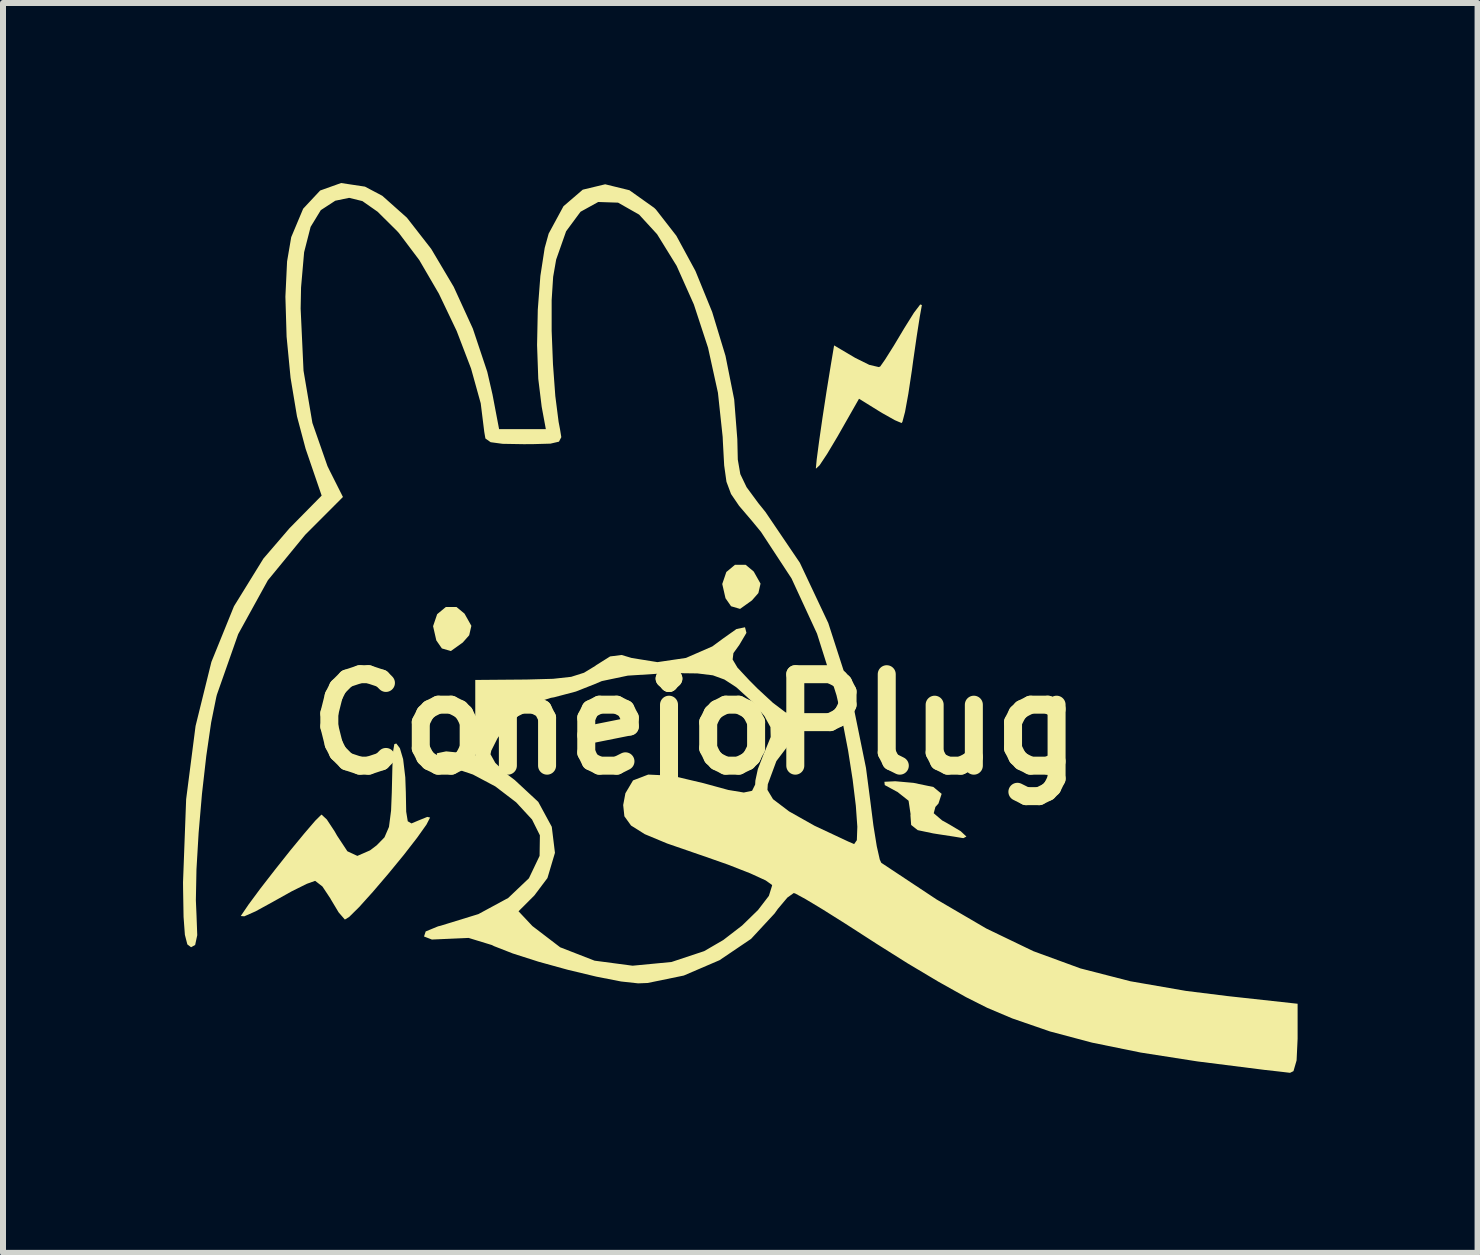
<source format=kicad_pcb>
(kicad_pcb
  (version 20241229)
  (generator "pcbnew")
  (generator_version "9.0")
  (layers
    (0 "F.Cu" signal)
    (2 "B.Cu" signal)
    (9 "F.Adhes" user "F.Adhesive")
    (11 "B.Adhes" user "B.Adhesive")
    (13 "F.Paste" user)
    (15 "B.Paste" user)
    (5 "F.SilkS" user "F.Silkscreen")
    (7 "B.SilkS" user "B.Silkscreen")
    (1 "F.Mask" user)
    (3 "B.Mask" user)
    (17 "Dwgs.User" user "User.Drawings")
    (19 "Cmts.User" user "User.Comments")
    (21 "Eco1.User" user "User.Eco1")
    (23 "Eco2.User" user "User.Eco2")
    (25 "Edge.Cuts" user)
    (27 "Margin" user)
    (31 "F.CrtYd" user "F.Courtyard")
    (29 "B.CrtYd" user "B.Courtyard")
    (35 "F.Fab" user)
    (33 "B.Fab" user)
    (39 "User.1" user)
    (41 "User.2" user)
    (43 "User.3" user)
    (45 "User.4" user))
  (footprint "ConejoPlug"
    (layer "F.Cu")
    (at 8.534 9.02)
    (property "Reference" "ConejoPlug" (at 0 0 0) (layer "F.SilkS") (effects (font (size 1.524 1.524) (thickness 0.3))))
    (attr board_only exclude_from_pos_files exclude_from_bom)
    (fp_poly (pts (xy -3.977 -1.955) (xy -3.843 -1.844) (xy -3.729 -1.641) (xy -3.765 -1.484) (xy -3.872 -1.363) (xy -4.07 -1.221) (xy -4.22 -1.264) (xy -4.313 -1.398) (xy -4.367 -1.635) (xy -4.299 -1.835) (xy -4.154 -1.955)) (stroke (width 0) (type solid)) (fill yes) (layer "F.SilkS"))
    (fp_poly (pts (xy 0.842 -2.658) (xy 0.976 -2.546) (xy 1.09 -2.344) (xy 1.054 -2.187) (xy 0.947 -2.065) (xy 0.749 -1.923) (xy 0.599 -1.967) (xy 0.506 -2.101) (xy 0.452 -2.338) (xy 0.52 -2.538) (xy 0.664 -2.658)) (stroke (width 0) (type solid)) (fill yes) (layer "F.SilkS"))
    (fp_poly (pts (xy 3.639 0.976) (xy 3.97 1.045) (xy 4.108 1.159) (xy 4.055 1.32) (xy 4.004 1.377) (xy 3.976 1.482) (xy 4.116 1.602) (xy 4.205 1.651) (xy 4.425 1.781) (xy 4.521 1.871) (xy 4.47 1.897) (xy 4.442 1.893) (xy 4.303 1.87) (xy 4.048 1.831) (xy 3.966 1.818) (xy 3.709 1.764) (xy 3.6 1.678) (xy 3.588 1.517) (xy 3.59 1.497) (xy 3.557 1.274) (xy 3.37 1.126) (xy 3.351 1.117) (xy 3.16 1.013) (xy 3.154 0.958) (xy 3.336 0.949)) (stroke (width 0) (type solid)) (fill yes) (layer "F.SilkS"))
    (fp_poly (pts (xy 3.779 -6.987) (xy 3.777 -6.977) (xy 3.743 -6.789) (xy 3.692 -6.462) (xy 3.633 -6.054) (xy 3.612 -5.898) (xy 3.553 -5.508) (xy 3.498 -5.206) (xy 3.454 -5.039) (xy 3.44 -5.02) (xy 3.328 -5.068) (xy 3.118 -5.186) (xy 3.059 -5.222) (xy 2.731 -5.425) (xy 2.373 -4.796) (xy 2.2 -4.506) (xy 2.073 -4.315) (xy 2.014 -4.261) (xy 2.012 -4.267) (xy 2.026 -4.414) (xy 2.065 -4.71) (xy 2.122 -5.106) (xy 2.19 -5.55) (xy 2.262 -5.993) (xy 2.316 -6.314) (xy 2.668 -6.106) (xy 2.902 -5.99) (xy 3.06 -5.953) (xy 3.084 -5.962) (xy 3.164 -6.076) (xy 3.312 -6.311) (xy 3.486 -6.602) (xy 3.646 -6.858) (xy 3.751 -6.996)) (stroke (width 0) (type solid)) (fill yes) (layer "F.SilkS"))
    (fp_poly (pts (xy -4.928 0.388) (xy -4.919 0.402) (xy -4.866 0.581) (xy -4.83 0.884) (xy -4.821 1.133) (xy -4.815 1.456) (xy -4.789 1.616) (xy -4.727 1.652) (xy -4.618 1.606) (xy -4.463 1.543) (xy -4.417 1.554) (xy -4.477 1.671) (xy -4.634 1.892) (xy -4.856 2.178) (xy -5.113 2.491) (xy -5.371 2.793) (xy -5.599 3.046) (xy -5.766 3.211) (xy -5.837 3.254) (xy -5.941 3.134) (xy -6.071 2.917) (xy -6.077 2.905) (xy -6.211 2.703) (xy -6.329 2.611) (xy -6.336 2.61) (xy -6.47 2.658) (xy -6.722 2.783) (xy -7.037 2.959) (xy -7.042 2.962) (xy -7.325 3.117) (xy -7.513 3.2) (xy -7.571 3.195) (xy -7.567 3.188) (xy -7.443 3.005) (xy -7.244 2.736) (xy -7.001 2.423) (xy -6.747 2.103) (xy -6.512 1.818) (xy -6.33 1.606) (xy -6.231 1.508) (xy -6.224 1.506) (xy -6.138 1.586) (xy -6.007 1.785) (xy -5.966 1.857) (xy -5.795 2.116) (xy -5.629 2.193) (xy -5.418 2.101) (xy -5.307 2.017) (xy -5.177 1.884) (xy -5.102 1.71) (xy -5.067 1.438) (xy -5.055 1.138) (xy -5.045 0.709) (xy -5.033 0.45) (xy -5.013 0.331) (xy -4.98 0.32)) (stroke (width 0) (type solid)) (fill yes) (layer "F.SilkS"))
    (fp_poly (pts (xy -5.502 -8.96) (xy -5.213 -8.807) (xy -4.803 -8.442) (xy -4.398 -7.922) (xy -4.023 -7.29) (xy -3.704 -6.593) (xy -3.464 -5.874) (xy -3.377 -5.497) (xy -3.267 -4.919) (xy -2.488 -4.919) (xy -2.557 -5.291) (xy -2.614 -5.758) (xy -2.634 -6.319) (xy -2.622 -6.91) (xy -2.579 -7.471) (xy -2.507 -7.938) (xy -2.441 -8.177) (xy -2.194 -8.633) (xy -1.873 -8.909) (xy -1.499 -8.999) (xy -1.095 -8.9) (xy -0.683 -8.607) (xy -0.653 -8.578) (xy -0.313 -8.141) (xy 0.005 -7.555) (xy 0.284 -6.871) (xy 0.506 -6.14) (xy 0.651 -5.413) (xy 0.703 -4.751) (xy 0.711 -4.411) (xy 0.753 -4.169) (xy 0.857 -3.952) (xy 1.052 -3.687) (xy 1.172 -3.538) (xy 1.745 -2.692) (xy 2.219 -1.687) (xy 2.589 -0.541) (xy 2.847 0.726) (xy 2.917 1.261) (xy 2.971 1.687) (xy 3.027 2.033) (xy 3.077 2.254) (xy 3.102 2.308) (xy 4.024 2.919) (xy 4.854 3.404) (xy 5.637 3.781) (xy 6.421 4.068) (xy 7.253 4.282) (xy 8.18 4.443) (xy 8.872 4.529) (xy 10.04 4.657) (xy 10.04 5.24) (xy 10.023 5.601) (xy 9.971 5.78) (xy 9.914 5.808) (xy 9.728 5.786) (xy 9.487 5.759) (xy 8.371 5.618) (xy 7.424 5.47) (xy 6.615 5.305) (xy 5.912 5.118) (xy 5.284 4.901) (xy 4.868 4.725) (xy 4.516 4.548) (xy 4.055 4.29) (xy 3.54 3.983) (xy 3.027 3.66) (xy 2.948 3.609) (xy 2.509 3.326) (xy 2.129 3.087) (xy 1.838 2.912) (xy 1.669 2.82) (xy 1.643 2.812) (xy 1.537 2.888) (xy 1.378 3.077) (xy 1.323 3.154) (xy 0.932 3.576) (xy 0.407 3.931) (xy -0.189 4.187) (xy -0.791 4.311) (xy -0.95 4.317) (xy -1.234 4.286) (xy -1.647 4.205) (xy -2.126 4.09) (xy -2.611 3.956) (xy -3.039 3.819) (xy -3.351 3.697) (xy -3.386 3.679) (xy -3.775 3.56) (xy -4.114 3.575) (xy -4.387 3.587) (xy -4.518 3.536) (xy -4.49 3.452) (xy -4.284 3.367) (xy -4.242 3.357) (xy -3.612 3.163) (xy -3.115 2.894) (xy -2.77 2.566) (xy -2.592 2.193) (xy -2.587 1.85) (xy -2.718 1.587) (xy -2.983 1.3) (xy -3.33 1.035) (xy -3.703 0.837) (xy -3.866 0.782) (xy -4.151 0.677) (xy -4.301 0.568) (xy -4.304 0.483) (xy -4.149 0.451) (xy -3.991 0.467) (xy -3.664 0.52) (xy -3.664 0.5) (xy -3.41 0.5) (xy -3.33 0.643) (xy -3.133 0.833) (xy -3.006 0.929) (xy -2.614 1.293) (xy -2.389 1.708) (xy -2.336 2.142) (xy -2.461 2.562) (xy -2.679 2.852) (xy -2.943 3.116) (xy -2.712 3.362) (xy -2.249 3.716) (xy -1.676 3.939) (xy -1.042 4.023) (xy -0.394 3.961) (xy 0.151 3.78) (xy 0.469 3.595) (xy 0.782 3.354) (xy 1.048 3.095) (xy 1.229 2.859) (xy 1.283 2.686) (xy 1.28 2.676) (xy 1.176 2.602) (xy 0.919 2.484) (xy 0.546 2.338) (xy 0.096 2.18) (xy 0.074 2.173) (xy -0.467 1.986) (xy -0.839 1.831) (xy -1.068 1.687) (xy -1.179 1.533) (xy -1.199 1.346) (xy -1.162 1.149) (xy -1.035 0.935) (xy -0.782 0.838) (xy -0.39 0.856) (xy 0.139 0.981) (xy 0.552 1.094) (xy 0.811 1.137) (xy 0.949 1.108) (xy 1 1.005) (xy 1.004 0.938) (xy 1.045 0.747) (xy 1.146 0.485) (xy 1.162 0.45) (xy 1.259 0.212) (xy 1.255 0.047) (xy 1.155 -0.136) (xy 0.959 -0.369) (xy 0.701 -0.604) (xy 0.67 -0.628) (xy 0.488 -0.746) (xy 0.296 -0.816) (xy 0.037 -0.848) (xy -0.348 -0.853) (xy -0.502 -0.85) (xy -1.122 -0.811) (xy -1.555 -0.72) (xy -1.671 -0.671) (xy -1.987 -0.546) (xy -2.35 -0.45) (xy -2.403 -0.441) (xy -2.757 -0.33) (xy -3.047 -0.094) (xy -3.116 -0.014) (xy -3.294 0.234) (xy -3.398 0.441) (xy -3.41 0.5) (xy -3.664 0.5) (xy -3.664 -0.739) (xy -2.811 -0.746) (xy -2.367 -0.758) (xy -2.066 -0.791) (xy -1.852 -0.859) (xy -1.666 -0.972) (xy -1.651 -0.984) (xy -1.417 -1.131) (xy -1.225 -1.155) (xy -1.057 -1.105) (xy -0.628 -1.036) (xy -0.153 -1.106) (xy 0.287 -1.298) (xy 0.455 -1.422) (xy 0.688 -1.587) (xy 0.831 -1.617) (xy 0.855 -1.524) (xy 0.734 -1.319) (xy 0.725 -1.307) (xy 0.638 -1.186) (xy 0.625 -1.08) (xy 0.706 -0.944) (xy 0.901 -0.735) (xy 1.039 -0.596) (xy 1.295 -0.359) (xy 1.502 -0.202) (xy 1.616 -0.157) (xy 1.619 -0.158) (xy 1.775 -0.165) (xy 1.815 -0.146) (xy 1.833 -0.032) (xy 1.69 0.172) (xy 1.677 0.187) (xy 1.354 0.613) (xy 1.211 1) (xy 1.205 1.093) (xy 1.298 1.248) (xy 1.565 1.451) (xy 1.989 1.69) (xy 2.552 1.954) (xy 2.65 1.996) (xy 2.695 1.931) (xy 2.703 1.707) (xy 2.678 1.358) (xy 2.625 0.923) (xy 2.549 0.437) (xy 2.453 -0.062) (xy 2.356 -0.483) (xy 2.031 -1.511) (xy 1.606 -2.431) (xy 1.097 -3.207) (xy 0.947 -3.389) (xy 0.732 -3.641) (xy 0.598 -3.838) (xy 0.522 -4.042) (xy 0.484 -4.314) (xy 0.462 -4.717) (xy 0.459 -4.788) (xy 0.38 -5.526) (xy 0.215 -6.276) (xy -0.021 -6.996) (xy -0.309 -7.641) (xy -0.634 -8.167) (xy -0.934 -8.494) (xy -1.284 -8.693) (xy -1.615 -8.704) (xy -1.91 -8.541) (xy -2.15 -8.216) (xy -2.316 -7.744) (xy -2.366 -7.457) (xy -2.391 -7.068) (xy -2.391 -6.558) (xy -2.369 -6.001) (xy -2.33 -5.47) (xy -2.275 -5.039) (xy -2.252 -4.919) (xy -2.23 -4.785) (xy -2.269 -4.71) (xy -2.411 -4.677) (xy -2.696 -4.669) (xy -2.854 -4.668) (xy -3.209 -4.674) (xy -3.408 -4.701) (xy -3.495 -4.763) (xy -3.514 -4.873) (xy -3.573 -5.349) (xy -3.734 -5.928) (xy -3.974 -6.555) (xy -4.27 -7.175) (xy -4.597 -7.736) (xy -4.933 -8.182) (xy -4.967 -8.22) (xy -5.292 -8.542) (xy -5.545 -8.719) (xy -5.766 -8.773) (xy -5.997 -8.725) (xy -6.238 -8.568) (xy -6.408 -8.289) (xy -6.516 -7.867) (xy -6.567 -7.281) (xy -6.574 -6.927) (xy -6.526 -5.893) (xy -6.378 -5.022) (xy -6.127 -4.303) (xy -6.087 -4.221) (xy -5.869 -3.788) (xy -6.499 -3.157) (xy -7.12 -2.4) (xy -7.615 -1.502) (xy -7.97 -0.492) (xy -7.98 -0.452) (xy -8.065 -0.032) (xy -8.146 0.524) (xy -8.218 1.157) (xy -8.274 1.809) (xy -8.31 2.419) (xy -8.32 2.931) (xy -8.309 3.188) (xy -8.297 3.514) (xy -8.332 3.678) (xy -8.4 3.715) (xy -8.462 3.668) (xy -8.503 3.508) (xy -8.525 3.209) (xy -8.533 2.742) (xy -8.534 2.633) (xy -8.482 1.249) (xy -8.325 0.028) (xy -8.061 -1.04) (xy -7.685 -1.967) (xy -7.194 -2.762) (xy -6.759 -3.268) (xy -6.224 -3.811) (xy -6.491 -4.591) (xy -6.635 -5.132) (xy -6.742 -5.775) (xy -6.808 -6.46) (xy -6.828 -7.126) (xy -6.8 -7.714) (xy -6.731 -8.118) (xy -6.532 -8.592) (xy -6.249 -8.895) (xy -5.9 -9.02)) (stroke (width 0) (type solid)) (fill yes) (layer "F.SilkS")))
  (gr_rect
    (start -3 -3)
    (end 21.573 17.828)
    (stroke (width 0.1) (type default))
    (fill no)
    (layer "Edge.Cuts")))
</source>
